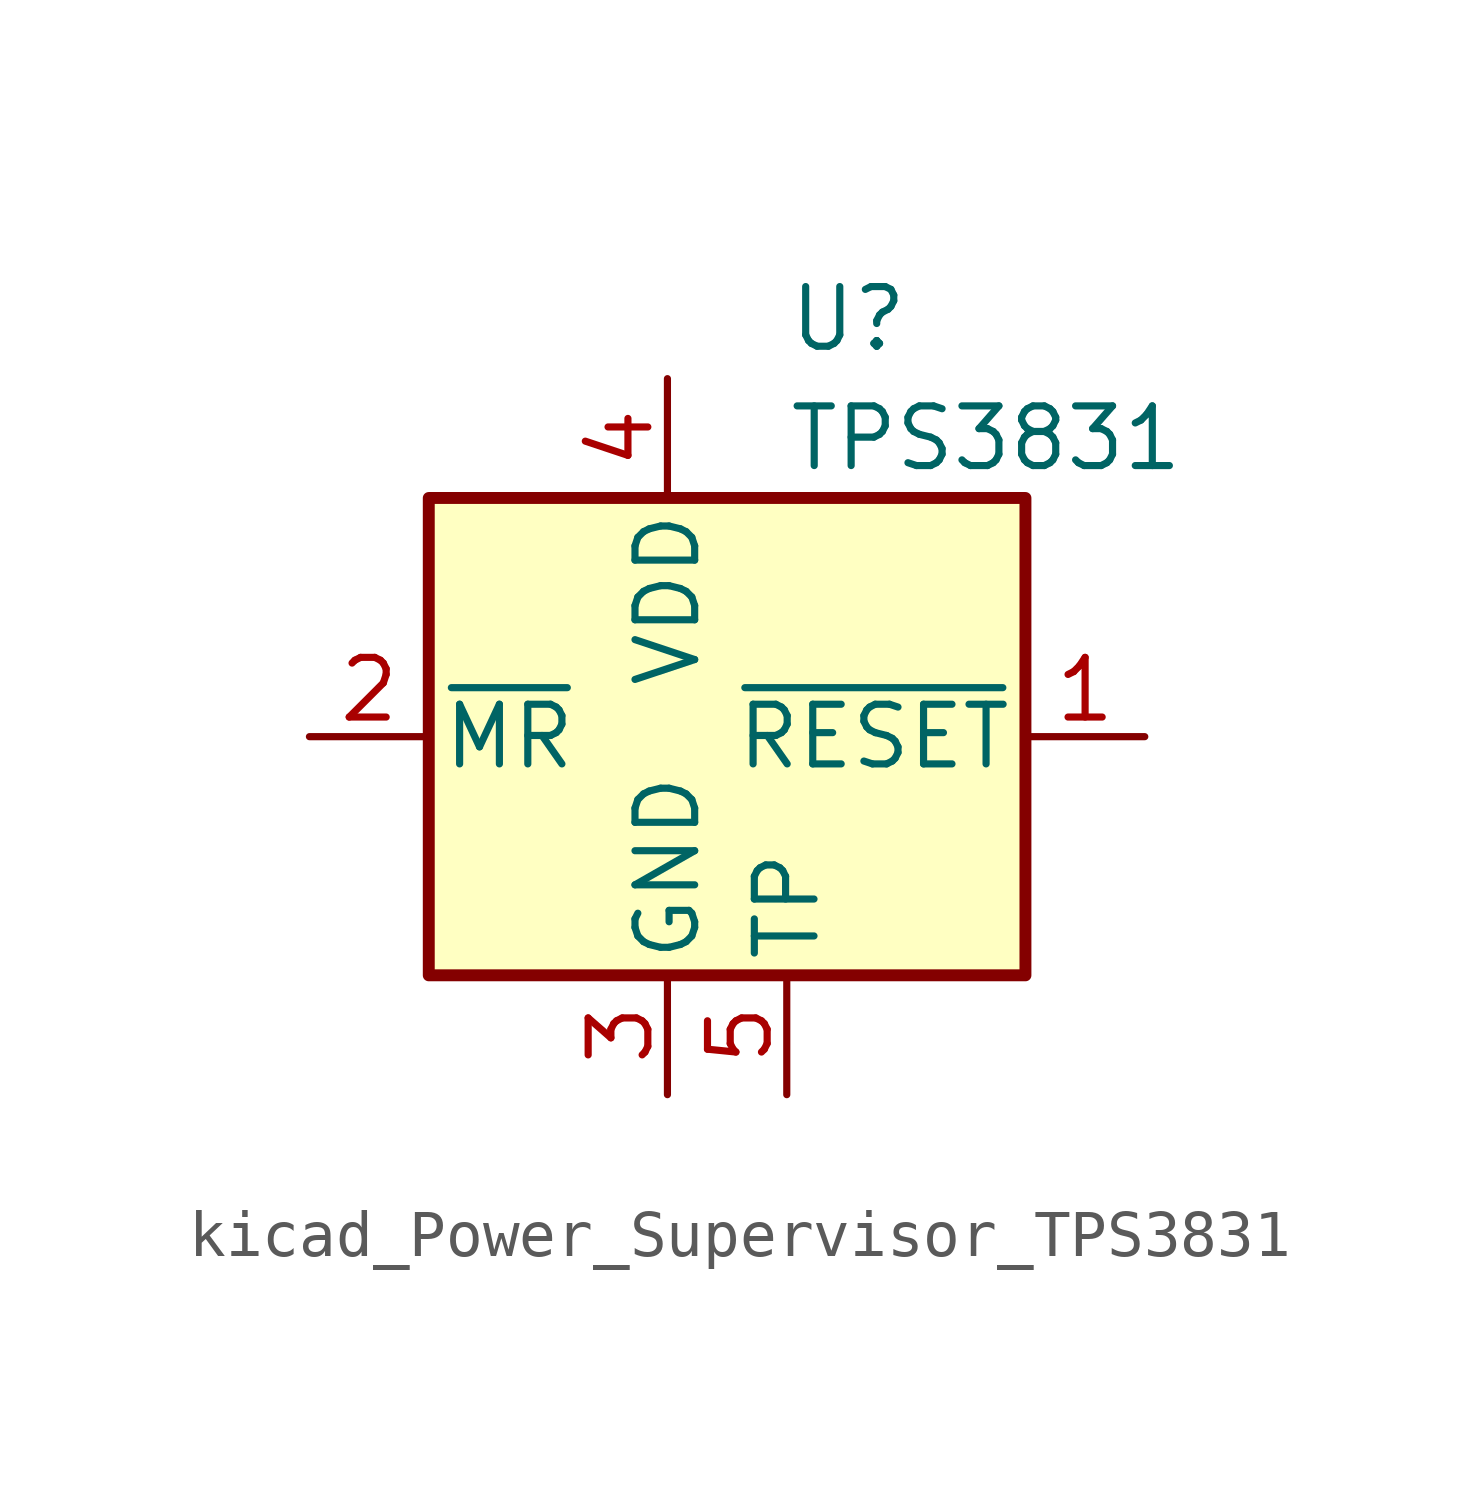
<source format=kicad_sym>
(kicad_symbol_lib
  (version 20220914)
  (generator kicad_symbol_editor)
  (symbol "kicad_Power_Supervisor_TPS3831"
    (pin_names
      (offset 0.254))
    (property "Reference" "U"
      (at 2.54 8.89 0)
      (effects (font (size 1.27 1.27)) (justify left)))
    (property "Value" "TPS3831"
      (at 2.54 6.35 0)
      (effects (font (size 1.27 1.27)) (justify left)))
    (symbol "kicad_Power_Supervisor_TPS3831_0_1"
      (rectangle (start -5.08 5.08) (end 7.62 -5.08) (stroke (width 0.254) (type default)) (fill (type background))))
    (symbol "kicad_Power_Supervisor_TPS3831_1_1"
      (pin output line (at 10.16 0 180) (length 2.54) (name "~{RESET}" (effects (font (size 1.27 1.27)))) (number "1" (effects (font (size 1.27 1.27)))))
      (pin input line (at -7.62 0 0) (length 2.54) (name "~{MR}" (effects (font (size 1.27 1.27)))) (number "2" (effects (font (size 1.27 1.27)))))
      (pin power_in line (at 0 -7.62 90) (length 2.54) (name "GND" (effects (font (size 1.27 1.27)))) (number "3" (effects (font (size 1.27 1.27)))))
      (pin power_in line (at 0 7.62 270) (length 2.54) (name "VDD" (effects (font (size 1.27 1.27)))) (number "4" (effects (font (size 1.27 1.27)))))
      (pin power_in line (at 2.54 -7.62 90) (length 2.54) (name "TP" (effects (font (size 1.27 1.27)))) (number "5" (effects (font (size 1.27 1.27))))))))
</source>
